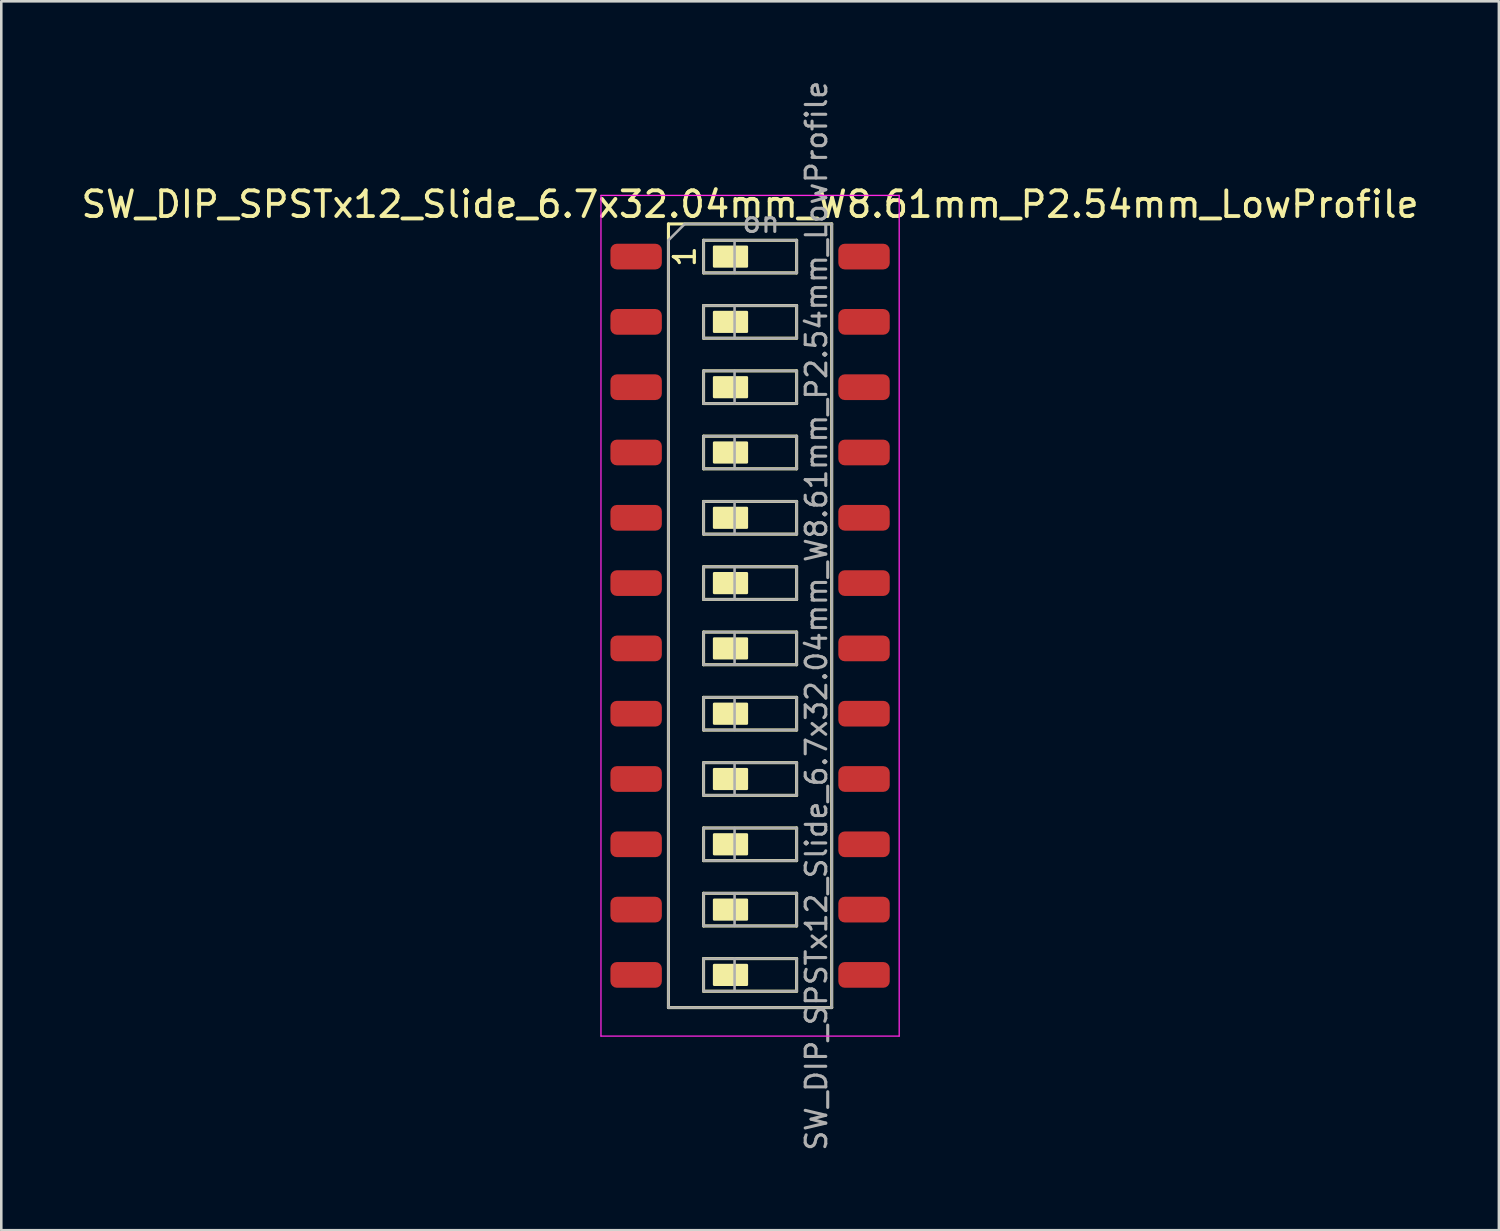
<source format=kicad_pcb>
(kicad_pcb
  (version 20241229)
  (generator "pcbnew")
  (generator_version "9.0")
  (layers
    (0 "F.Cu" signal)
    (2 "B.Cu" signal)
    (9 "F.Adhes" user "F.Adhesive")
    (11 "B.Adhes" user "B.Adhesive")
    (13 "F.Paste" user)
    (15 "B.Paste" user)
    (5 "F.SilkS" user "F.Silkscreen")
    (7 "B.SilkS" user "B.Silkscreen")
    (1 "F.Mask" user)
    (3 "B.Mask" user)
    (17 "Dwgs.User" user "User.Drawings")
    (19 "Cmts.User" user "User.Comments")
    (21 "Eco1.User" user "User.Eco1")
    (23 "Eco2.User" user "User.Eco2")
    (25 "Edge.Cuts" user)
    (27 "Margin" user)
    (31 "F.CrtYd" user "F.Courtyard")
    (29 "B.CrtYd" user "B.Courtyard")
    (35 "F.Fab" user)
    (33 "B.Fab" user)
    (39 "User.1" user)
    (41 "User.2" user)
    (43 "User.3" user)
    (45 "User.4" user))
  (footprint "SW_DIP_SPSTx12_Slide_6.7x32.04mm_W8.61mm_P2.54mm_LowProfile"
    (layer "F.Cu")
    (at 26.125 20.9)
    (property "Reference" "SW_DIP_SPSTx12_Slide_6.7x32.04mm_W8.61mm_P2.54mm_LowProfile" (at 0 -16.002 0) (layer "F.SilkS") (effects (font (size 1 1) (thickness 0.15))))
    (attr smd)
    (fp_line (start -3.175 -15.24) (end -3.175 15.24) (stroke (width 0.12) (type solid)) (layer "F.SilkS"))
    (fp_line (start -3.175 15.24) (end 3.175 15.24) (stroke (width 0.12) (type solid)) (layer "F.SilkS"))
    (fp_line (start -1.81 -14.605) (end -1.81 -13.335) (stroke (width 0.12) (type solid)) (layer "F.SilkS"))
    (fp_line (start -1.81 -13.335) (end 1.81 -13.335) (stroke (width 0.12) (type solid)) (layer "F.SilkS"))
    (fp_line (start -1.81 -12.065) (end -1.81 -10.795) (stroke (width 0.12) (type solid)) (layer "F.SilkS"))
    (fp_line (start -1.81 -10.795) (end 1.81 -10.795) (stroke (width 0.12) (type solid)) (layer "F.SilkS"))
    (fp_line (start -1.81 -9.525) (end -1.81 -8.255) (stroke (width 0.12) (type solid)) (layer "F.SilkS"))
    (fp_line (start -1.81 -8.255) (end 1.81 -8.255) (stroke (width 0.12) (type solid)) (layer "F.SilkS"))
    (fp_line (start -1.81 -6.985) (end -1.81 -5.715) (stroke (width 0.12) (type solid)) (layer "F.SilkS"))
    (fp_line (start -1.81 -5.715) (end 1.81 -5.715) (stroke (width 0.12) (type solid)) (layer "F.SilkS"))
    (fp_line (start -1.81 -4.445) (end -1.81 -3.175) (stroke (width 0.12) (type solid)) (layer "F.SilkS"))
    (fp_line (start -1.81 -3.175) (end 1.81 -3.175) (stroke (width 0.12) (type solid)) (layer "F.SilkS"))
    (fp_line (start -1.81 -1.905) (end -1.81 -0.635) (stroke (width 0.12) (type solid)) (layer "F.SilkS"))
    (fp_line (start -1.81 -0.635) (end 1.81 -0.635) (stroke (width 0.12) (type solid)) (layer "F.SilkS"))
    (fp_line (start -1.81 0.635) (end -1.81 1.905) (stroke (width 0.12) (type solid)) (layer "F.SilkS"))
    (fp_line (start -1.81 1.905) (end 1.81 1.905) (stroke (width 0.12) (type solid)) (layer "F.SilkS"))
    (fp_line (start -1.81 3.175) (end -1.81 4.445) (stroke (width 0.12) (type solid)) (layer "F.SilkS"))
    (fp_line (start -1.81 4.445) (end 1.81 4.445) (stroke (width 0.12) (type solid)) (layer "F.SilkS"))
    (fp_line (start -1.81 5.715) (end -1.81 6.985) (stroke (width 0.12) (type solid)) (layer "F.SilkS"))
    (fp_line (start -1.81 6.985) (end 1.81 6.985) (stroke (width 0.12) (type solid)) (layer "F.SilkS"))
    (fp_line (start -1.81 8.255) (end -1.81 9.525) (stroke (width 0.12) (type solid)) (layer "F.SilkS"))
    (fp_line (start -1.81 9.525) (end 1.81 9.525) (stroke (width 0.12) (type solid)) (layer "F.SilkS"))
    (fp_line (start -1.81 10.795) (end -1.81 12.065) (stroke (width 0.12) (type solid)) (layer "F.SilkS"))
    (fp_line (start -1.81 12.065) (end 1.81 12.065) (stroke (width 0.12) (type solid)) (layer "F.SilkS"))
    (fp_line (start -1.81 13.335) (end -1.81 14.605) (stroke (width 0.12) (type solid)) (layer "F.SilkS"))
    (fp_line (start -1.81 14.605) (end 1.81 14.605) (stroke (width 0.12) (type solid)) (layer "F.SilkS"))
    (fp_line (start 1.81 -14.605) (end -1.81 -14.605) (stroke (width 0.12) (type solid)) (layer "F.SilkS"))
    (fp_line (start 1.81 -13.335) (end 1.81 -14.605) (stroke (width 0.12) (type solid)) (layer "F.SilkS"))
    (fp_line (start 1.81 -12.065) (end -1.81 -12.065) (stroke (width 0.12) (type solid)) (layer "F.SilkS"))
    (fp_line (start 1.81 -10.795) (end 1.81 -12.065) (stroke (width 0.12) (type solid)) (layer "F.SilkS"))
    (fp_line (start 1.81 -9.525) (end -1.81 -9.525) (stroke (width 0.12) (type solid)) (layer "F.SilkS"))
    (fp_line (start 1.81 -8.255) (end 1.81 -9.525) (stroke (width 0.12) (type solid)) (layer "F.SilkS"))
    (fp_line (start 1.81 -6.985) (end -1.81 -6.985) (stroke (width 0.12) (type solid)) (layer "F.SilkS"))
    (fp_line (start 1.81 -5.715) (end 1.81 -6.985) (stroke (width 0.12) (type solid)) (layer "F.SilkS"))
    (fp_line (start 1.81 -4.445) (end -1.81 -4.445) (stroke (width 0.12) (type solid)) (layer "F.SilkS"))
    (fp_line (start 1.81 -3.175) (end 1.81 -4.445) (stroke (width 0.12) (type solid)) (layer "F.SilkS"))
    (fp_line (start 1.81 -1.905) (end -1.81 -1.905) (stroke (width 0.12) (type solid)) (layer "F.SilkS"))
    (fp_line (start 1.81 -0.635) (end 1.81 -1.905) (stroke (width 0.12) (type solid)) (layer "F.SilkS"))
    (fp_line (start 1.81 0.635) (end -1.81 0.635) (stroke (width 0.12) (type solid)) (layer "F.SilkS"))
    (fp_line (start 1.81 1.905) (end 1.81 0.635) (stroke (width 0.12) (type solid)) (layer "F.SilkS"))
    (fp_line (start 1.81 3.175) (end -1.81 3.175) (stroke (width 0.12) (type solid)) (layer "F.SilkS"))
    (fp_line (start 1.81 4.445) (end 1.81 3.175) (stroke (width 0.12) (type solid)) (layer "F.SilkS"))
    (fp_line (start 1.81 5.715) (end -1.81 5.715) (stroke (width 0.12) (type solid)) (layer "F.SilkS"))
    (fp_line (start 1.81 6.985) (end 1.81 5.715) (stroke (width 0.12) (type solid)) (layer "F.SilkS"))
    (fp_line (start 1.81 8.255) (end -1.81 8.255) (stroke (width 0.12) (type solid)) (layer "F.SilkS"))
    (fp_line (start 1.81 9.525) (end 1.81 8.255) (stroke (width 0.12) (type solid)) (layer "F.SilkS"))
    (fp_line (start 1.81 10.795) (end -1.81 10.795) (stroke (width 0.12) (type solid)) (layer "F.SilkS"))
    (fp_line (start 1.81 12.065) (end 1.81 10.795) (stroke (width 0.12) (type solid)) (layer "F.SilkS"))
    (fp_line (start 1.81 13.335) (end -1.81 13.335) (stroke (width 0.12) (type solid)) (layer "F.SilkS"))
    (fp_line (start 1.81 14.605) (end 1.81 13.335) (stroke (width 0.12) (type solid)) (layer "F.SilkS"))
    (fp_line (start 3.175 -15.24) (end -3.175 -15.24) (stroke (width 0.12) (type solid)) (layer "F.SilkS"))
    (fp_line (start 3.175 15.24) (end 3.175 -15.24) (stroke (width 0.12) (type solid)) (layer "F.SilkS"))
    (fp_poly (pts (xy -0.127 -13.589) (xy -1.397 -13.589) (xy -1.397 -14.351) (xy -0.127 -14.351)) (stroke (width 0.1) (type solid)) (fill yes) (layer "F.SilkS"))
    (fp_poly (pts (xy -0.127 -11.049) (xy -1.397 -11.049) (xy -1.397 -11.811) (xy -0.127 -11.811)) (stroke (width 0.1) (type solid)) (fill yes) (layer "F.SilkS"))
    (fp_poly (pts (xy -0.127 -8.509) (xy -1.397 -8.509) (xy -1.397 -9.271) (xy -0.127 -9.271)) (stroke (width 0.1) (type solid)) (fill yes) (layer "F.SilkS"))
    (fp_poly (pts (xy -0.127 -5.969) (xy -1.397 -5.969) (xy -1.397 -6.731) (xy -0.127 -6.731)) (stroke (width 0.1) (type solid)) (fill yes) (layer "F.SilkS"))
    (fp_poly (pts (xy -0.127 -3.429) (xy -1.397 -3.429) (xy -1.397 -4.191) (xy -0.127 -4.191)) (stroke (width 0.1) (type solid)) (fill yes) (layer "F.SilkS"))
    (fp_poly (pts (xy -0.127 -0.889) (xy -1.397 -0.889) (xy -1.397 -1.651) (xy -0.127 -1.651)) (stroke (width 0.1) (type solid)) (fill yes) (layer "F.SilkS"))
    (fp_poly (pts (xy -0.127 1.651) (xy -1.397 1.651) (xy -1.397 0.889) (xy -0.127 0.889)) (stroke (width 0.1) (type solid)) (fill yes) (layer "F.SilkS"))
    (fp_poly (pts (xy -0.127 4.191) (xy -1.397 4.191) (xy -1.397 3.429) (xy -0.127 3.429)) (stroke (width 0.1) (type solid)) (fill yes) (layer "F.SilkS"))
    (fp_poly (pts (xy -0.127 6.731) (xy -1.397 6.731) (xy -1.397 5.969) (xy -0.127 5.969)) (stroke (width 0.1) (type solid)) (fill yes) (layer "F.SilkS"))
    (fp_poly (pts (xy -0.127 9.271) (xy -1.397 9.271) (xy -1.397 8.509) (xy -0.127 8.509)) (stroke (width 0.1) (type solid)) (fill yes) (layer "F.SilkS"))
    (fp_poly (pts (xy -0.127 11.811) (xy -1.397 11.811) (xy -1.397 11.049) (xy -0.127 11.049)) (stroke (width 0.1) (type solid)) (fill yes) (layer "F.SilkS"))
    (fp_poly (pts (xy -0.127 14.351) (xy -1.397 14.351) (xy -1.397 13.589) (xy -0.127 13.589)) (stroke (width 0.1) (type solid)) (fill yes) (layer "F.SilkS"))
    (fp_line (start -5.8 -16.35) (end -5.8 16.35) (stroke (width 0.05) (type solid)) (layer "F.CrtYd"))
    (fp_line (start -5.8 16.35) (end 5.8 16.35) (stroke (width 0.05) (type solid)) (layer "F.CrtYd"))
    (fp_line (start 5.8 -16.35) (end -5.8 -16.35) (stroke (width 0.05) (type solid)) (layer "F.CrtYd"))
    (fp_line (start 5.8 16.35) (end 5.8 -16.35) (stroke (width 0.05) (type solid)) (layer "F.CrtYd"))
    (fp_line (start -3.175 -14.605) (end -2.54 -15.24) (stroke (width 0.1) (type solid)) (layer "F.Fab"))
    (fp_line (start -3.175 15.24) (end -3.175 -14.605) (stroke (width 0.1) (type solid)) (layer "F.Fab"))
    (fp_line (start -2.54 -15.24) (end 3.175 -15.24) (stroke (width 0.1) (type solid)) (layer "F.Fab"))
    (fp_line (start -1.81 -14.605) (end -1.81 -13.335) (stroke (width 0.1) (type solid)) (layer "F.Fab"))
    (fp_line (start -1.81 -13.335) (end 1.81 -13.335) (stroke (width 0.1) (type solid)) (layer "F.Fab"))
    (fp_line (start -1.81 -12.065) (end -1.81 -10.795) (stroke (width 0.1) (type solid)) (layer "F.Fab"))
    (fp_line (start -1.81 -10.795) (end 1.81 -10.795) (stroke (width 0.1) (type solid)) (layer "F.Fab"))
    (fp_line (start -1.81 -9.525) (end -1.81 -8.255) (stroke (width 0.1) (type solid)) (layer "F.Fab"))
    (fp_line (start -1.81 -8.255) (end 1.81 -8.255) (stroke (width 0.1) (type solid)) (layer "F.Fab"))
    (fp_line (start -1.81 -6.985) (end -1.81 -5.715) (stroke (width 0.1) (type solid)) (layer "F.Fab"))
    (fp_line (start -1.81 -5.715) (end 1.81 -5.715) (stroke (width 0.1) (type solid)) (layer "F.Fab"))
    (fp_line (start -1.81 -4.445) (end -1.81 -3.175) (stroke (width 0.1) (type solid)) (layer "F.Fab"))
    (fp_line (start -1.81 -3.175) (end 1.81 -3.175) (stroke (width 0.1) (type solid)) (layer "F.Fab"))
    (fp_line (start -1.81 -1.905) (end -1.81 -0.635) (stroke (width 0.1) (type solid)) (layer "F.Fab"))
    (fp_line (start -1.81 -0.635) (end 1.81 -0.635) (stroke (width 0.1) (type solid)) (layer "F.Fab"))
    (fp_line (start -1.81 0.635) (end -1.81 1.905) (stroke (width 0.1) (type solid)) (layer "F.Fab"))
    (fp_line (start -1.81 1.905) (end 1.81 1.905) (stroke (width 0.1) (type solid)) (layer "F.Fab"))
    (fp_line (start -1.81 3.175) (end -1.81 4.445) (stroke (width 0.1) (type solid)) (layer "F.Fab"))
    (fp_line (start -1.81 4.445) (end 1.81 4.445) (stroke (width 0.1) (type solid)) (layer "F.Fab"))
    (fp_line (start -1.81 5.715) (end -1.81 6.985) (stroke (width 0.1) (type solid)) (layer "F.Fab"))
    (fp_line (start -1.81 6.985) (end 1.81 6.985) (stroke (width 0.1) (type solid)) (layer "F.Fab"))
    (fp_line (start -1.81 8.255) (end -1.81 9.525) (stroke (width 0.1) (type solid)) (layer "F.Fab"))
    (fp_line (start -1.81 9.525) (end 1.81 9.525) (stroke (width 0.1) (type solid)) (layer "F.Fab"))
    (fp_line (start -1.81 10.795) (end -1.81 12.065) (stroke (width 0.1) (type solid)) (layer "F.Fab"))
    (fp_line (start -1.81 12.065) (end 1.81 12.065) (stroke (width 0.1) (type solid)) (layer "F.Fab"))
    (fp_line (start -1.81 13.335) (end -1.81 14.605) (stroke (width 0.1) (type solid)) (layer "F.Fab"))
    (fp_line (start -1.81 14.605) (end 1.81 14.605) (stroke (width 0.1) (type solid)) (layer "F.Fab"))
    (fp_line (start -0.603 -14.605) (end -0.603 -13.335) (stroke (width 0.1) (type solid)) (layer "F.Fab"))
    (fp_line (start -0.603 -12.065) (end -0.603 -10.795) (stroke (width 0.1) (type solid)) (layer "F.Fab"))
    (fp_line (start -0.603 -9.525) (end -0.603 -8.255) (stroke (width 0.1) (type solid)) (layer "F.Fab"))
    (fp_line (start -0.603 -6.985) (end -0.603 -5.715) (stroke (width 0.1) (type solid)) (layer "F.Fab"))
    (fp_line (start -0.603 -4.445) (end -0.603 -3.175) (stroke (width 0.1) (type solid)) (layer "F.Fab"))
    (fp_line (start -0.603 -1.905) (end -0.603 -0.635) (stroke (width 0.1) (type solid)) (layer "F.Fab"))
    (fp_line (start -0.603 0.635) (end -0.603 1.905) (stroke (width 0.1) (type solid)) (layer "F.Fab"))
    (fp_line (start -0.603 3.175) (end -0.603 4.445) (stroke (width 0.1) (type solid)) (layer "F.Fab"))
    (fp_line (start -0.603 5.715) (end -0.603 6.985) (stroke (width 0.1) (type solid)) (layer "F.Fab"))
    (fp_line (start -0.603 8.255) (end -0.603 9.525) (stroke (width 0.1) (type solid)) (layer "F.Fab"))
    (fp_line (start -0.603 10.795) (end -0.603 12.065) (stroke (width 0.1) (type solid)) (layer "F.Fab"))
    (fp_line (start -0.603 13.335) (end -0.603 14.605) (stroke (width 0.1) (type solid)) (layer "F.Fab"))
    (fp_line (start 1.81 -14.605) (end -1.81 -14.605) (stroke (width 0.1) (type solid)) (layer "F.Fab"))
    (fp_line (start 1.81 -13.335) (end 1.81 -14.605) (stroke (width 0.1) (type solid)) (layer "F.Fab"))
    (fp_line (start 1.81 -12.065) (end -1.81 -12.065) (stroke (width 0.1) (type solid)) (layer "F.Fab"))
    (fp_line (start 1.81 -10.795) (end 1.81 -12.065) (stroke (width 0.1) (type solid)) (layer "F.Fab"))
    (fp_line (start 1.81 -9.525) (end -1.81 -9.525) (stroke (width 0.1) (type solid)) (layer "F.Fab"))
    (fp_line (start 1.81 -8.255) (end 1.81 -9.525) (stroke (width 0.1) (type solid)) (layer "F.Fab"))
    (fp_line (start 1.81 -6.985) (end -1.81 -6.985) (stroke (width 0.1) (type solid)) (layer "F.Fab"))
    (fp_line (start 1.81 -5.715) (end 1.81 -6.985) (stroke (width 0.1) (type solid)) (layer "F.Fab"))
    (fp_line (start 1.81 -4.445) (end -1.81 -4.445) (stroke (width 0.1) (type solid)) (layer "F.Fab"))
    (fp_line (start 1.81 -3.175) (end 1.81 -4.445) (stroke (width 0.1) (type solid)) (layer "F.Fab"))
    (fp_line (start 1.81 -1.905) (end -1.81 -1.905) (stroke (width 0.1) (type solid)) (layer "F.Fab"))
    (fp_line (start 1.81 -0.635) (end 1.81 -1.905) (stroke (width 0.1) (type solid)) (layer "F.Fab"))
    (fp_line (start 1.81 0.635) (end -1.81 0.635) (stroke (width 0.1) (type solid)) (layer "F.Fab"))
    (fp_line (start 1.81 1.905) (end 1.81 0.635) (stroke (width 0.1) (type solid)) (layer "F.Fab"))
    (fp_line (start 1.81 3.175) (end -1.81 3.175) (stroke (width 0.1) (type solid)) (layer "F.Fab"))
    (fp_line (start 1.81 4.445) (end 1.81 3.175) (stroke (width 0.1) (type solid)) (layer "F.Fab"))
    (fp_line (start 1.81 5.715) (end -1.81 5.715) (stroke (width 0.1) (type solid)) (layer "F.Fab"))
    (fp_line (start 1.81 6.985) (end 1.81 5.715) (stroke (width 0.1) (type solid)) (layer "F.Fab"))
    (fp_line (start 1.81 8.255) (end -1.81 8.255) (stroke (width 0.1) (type solid)) (layer "F.Fab"))
    (fp_line (start 1.81 9.525) (end 1.81 8.255) (stroke (width 0.1) (type solid)) (layer "F.Fab"))
    (fp_line (start 1.81 10.795) (end -1.81 10.795) (stroke (width 0.1) (type solid)) (layer "F.Fab"))
    (fp_line (start 1.81 12.065) (end 1.81 10.795) (stroke (width 0.1) (type solid)) (layer "F.Fab"))
    (fp_line (start 1.81 13.335) (end -1.81 13.335) (stroke (width 0.1) (type solid)) (layer "F.Fab"))
    (fp_line (start 1.81 14.605) (end 1.81 13.335) (stroke (width 0.1) (type solid)) (layer "F.Fab"))
    (fp_line (start 3.175 -15.24) (end 3.175 15.24) (stroke (width 0.1) (type solid)) (layer "F.Fab"))
    (fp_line (start 3.175 15.24) (end -3.175 15.24) (stroke (width 0.1) (type solid)) (layer "F.Fab"))
    (fp_text user "1" (at -2.54 -13.97 270) (layer "F.SilkS") (effects (font (size 0.813 0.813) (thickness 0.127))))
    (fp_text user "on" (at 0.427 -15.312 0) (layer "F.Fab") (effects (font (size 0.8 0.8) (thickness 0.12))))
    (fp_text user "${REFERENCE}" (at 2.58 0 90) (layer "F.Fab") (effects (font (size 0.8 0.8) (thickness 0.12))))
    (pad "1" smd roundrect (at -4.432 -13.97) (size 2 1) (layers "F.Cu" "F.Mask" "F.Paste") (roundrect_rratio 0.25))
    (pad "2" smd roundrect (at -4.432 -11.43) (size 2 1) (layers "F.Cu" "F.Mask" "F.Paste") (roundrect_rratio 0.25))
    (pad "3" smd roundrect (at -4.432 -8.89) (size 2 1) (layers "F.Cu" "F.Mask" "F.Paste") (roundrect_rratio 0.25))
    (pad "4" smd roundrect (at -4.432 -6.35) (size 2 1) (layers "F.Cu" "F.Mask" "F.Paste") (roundrect_rratio 0.25))
    (pad "5" smd roundrect (at -4.432 -3.81) (size 2 1) (layers "F.Cu" "F.Mask" "F.Paste") (roundrect_rratio 0.25))
    (pad "6" smd roundrect (at -4.432 -1.27) (size 2 1) (layers "F.Cu" "F.Mask" "F.Paste") (roundrect_rratio 0.25))
    (pad "7" smd roundrect (at -4.432 1.27) (size 2 1) (layers "F.Cu" "F.Mask" "F.Paste") (roundrect_rratio 0.25))
    (pad "8" smd roundrect (at -4.432 3.81) (size 2 1) (layers "F.Cu" "F.Mask" "F.Paste") (roundrect_rratio 0.25))
    (pad "9" smd roundrect (at -4.432 6.35) (size 2 1) (layers "F.Cu" "F.Mask" "F.Paste") (roundrect_rratio 0.25))
    (pad "10" smd roundrect (at -4.432 8.89) (size 2 1) (layers "F.Cu" "F.Mask" "F.Paste") (roundrect_rratio 0.25))
    (pad "11" smd roundrect (at -4.432 11.43) (size 2 1) (layers "F.Cu" "F.Mask" "F.Paste") (roundrect_rratio 0.25))
    (pad "12" smd roundrect (at -4.432 13.97) (size 2 1) (layers "F.Cu" "F.Mask" "F.Paste") (roundrect_rratio 0.25))
    (pad "13" smd roundrect (at 4.432 13.97) (size 2 1) (layers "F.Cu" "F.Mask" "F.Paste") (roundrect_rratio 0.25))
    (pad "14" smd roundrect (at 4.432 11.43) (size 2 1) (layers "F.Cu" "F.Mask" "F.Paste") (roundrect_rratio 0.25))
    (pad "15" smd roundrect (at 4.432 8.89) (size 2 1) (layers "F.Cu" "F.Mask" "F.Paste") (roundrect_rratio 0.25))
    (pad "16" smd roundrect (at 4.432 6.35) (size 2 1) (layers "F.Cu" "F.Mask" "F.Paste") (roundrect_rratio 0.25))
    (pad "17" smd roundrect (at 4.432 3.81) (size 2 1) (layers "F.Cu" "F.Mask" "F.Paste") (roundrect_rratio 0.25))
    (pad "18" smd roundrect (at 4.432 1.27) (size 2 1) (layers "F.Cu" "F.Mask" "F.Paste") (roundrect_rratio 0.25))
    (pad "19" smd roundrect (at 4.432 -1.27) (size 2 1) (layers "F.Cu" "F.Mask" "F.Paste") (roundrect_rratio 0.25))
    (pad "20" smd roundrect (at 4.432 -3.81) (size 2 1) (layers "F.Cu" "F.Mask" "F.Paste") (roundrect_rratio 0.25))
    (pad "21" smd roundrect (at 4.432 -6.35) (size 2 1) (layers "F.Cu" "F.Mask" "F.Paste") (roundrect_rratio 0.25))
    (pad "22" smd roundrect (at 4.432 -8.89) (size 2 1) (layers "F.Cu" "F.Mask" "F.Paste") (roundrect_rratio 0.25))
    (pad "23" smd roundrect (at 4.432 -11.43) (size 2 1) (layers "F.Cu" "F.Mask" "F.Paste") (roundrect_rratio 0.25))
    (pad "24" smd roundrect (at 4.432 -13.97) (size 2 1) (layers "F.Cu" "F.Mask" "F.Paste") (roundrect_rratio 0.25)))
  (gr_rect
    (start -3 -3)
    (end 55.25 44.8)
    (stroke (width 0.1) (type default))
    (fill no)
    (layer "Edge.Cuts")))
</source>
